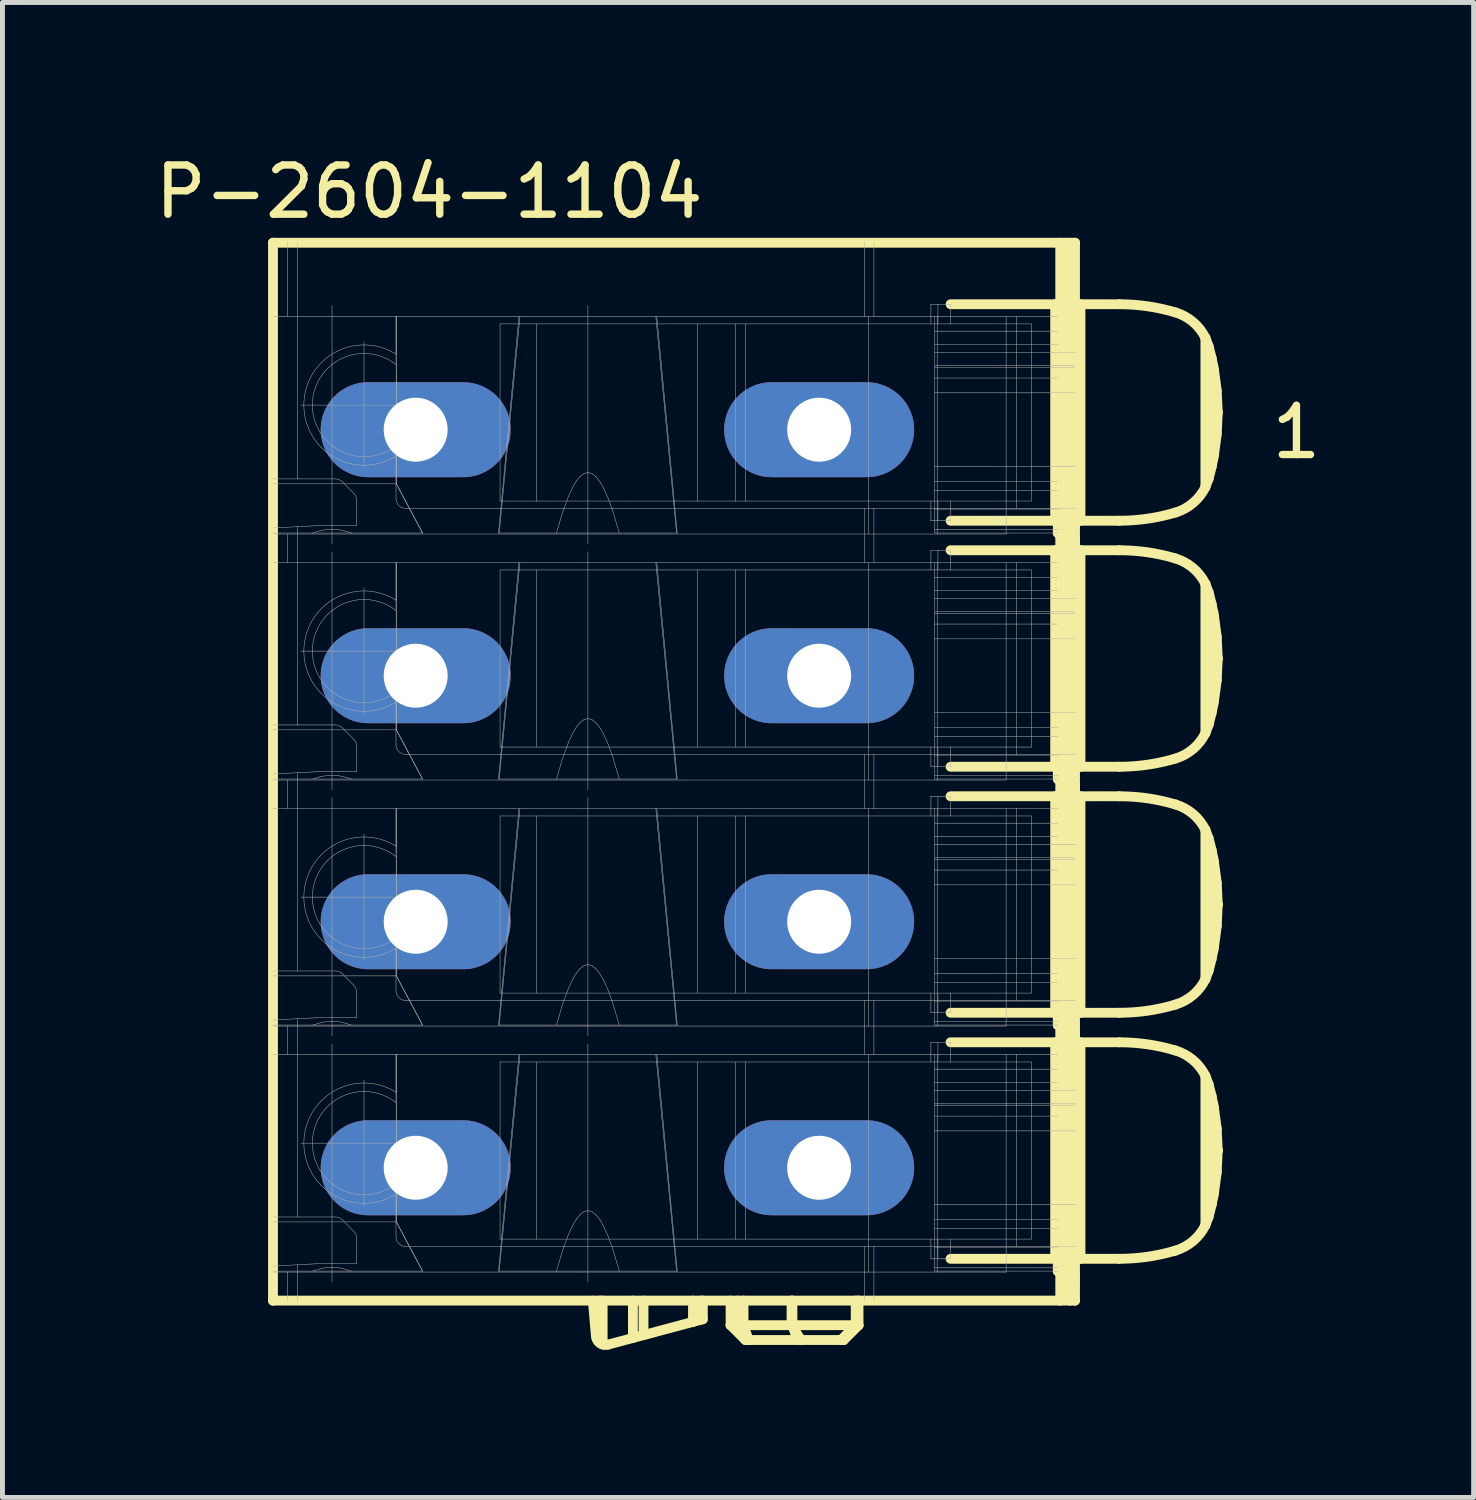
<source format=kicad_pcb>
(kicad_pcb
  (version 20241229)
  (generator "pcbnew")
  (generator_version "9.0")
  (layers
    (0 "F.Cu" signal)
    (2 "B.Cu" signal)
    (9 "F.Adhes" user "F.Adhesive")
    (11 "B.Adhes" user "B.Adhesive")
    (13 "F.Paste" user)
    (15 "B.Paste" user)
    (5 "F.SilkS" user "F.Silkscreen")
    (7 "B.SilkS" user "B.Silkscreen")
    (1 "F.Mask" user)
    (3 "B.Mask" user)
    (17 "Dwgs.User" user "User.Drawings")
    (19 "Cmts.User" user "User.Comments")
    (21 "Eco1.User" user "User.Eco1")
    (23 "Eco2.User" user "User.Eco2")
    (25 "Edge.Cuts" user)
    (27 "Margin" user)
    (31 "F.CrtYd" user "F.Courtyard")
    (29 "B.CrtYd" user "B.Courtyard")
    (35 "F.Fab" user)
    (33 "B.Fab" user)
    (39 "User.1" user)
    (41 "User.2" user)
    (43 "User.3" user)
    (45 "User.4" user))
  (footprint "P-2604-1104"
    (layer "F.Cu")
    (at 13.598 3.383)
    (property "Reference" "P-2604-1104" (at -7.925 -2.535 0) (layer "F.SilkS") (effects (font (size 1 1) (thickness 0.15))))
    (attr through_hole)
    (fp_line (start -11.1 20) (end -11.1 -1.5) (stroke (width 0.2) (type solid)) (layer "F.SilkS"))
    (fp_line (start -4.537 20.717) (end -4.6 20) (stroke (width 0.2) (type solid)) (layer "F.SilkS"))
    (fp_line (start -4.537 20.717) (end -4.522 20.778) (stroke (width 0.2) (type solid)) (layer "F.SilkS"))
    (fp_line (start -4.522 20.778) (end -4.491 20.829) (stroke (width 0.2) (type solid)) (layer "F.SilkS"))
    (fp_line (start -4.491 20.829) (end -4.436 20.874) (stroke (width 0.2) (type solid)) (layer "F.SilkS"))
    (fp_line (start -4.452 20.864) (end -4.452 20) (stroke (width 0.2) (type solid)) (layer "F.SilkS"))
    (fp_line (start -4.436 20.874) (end -4.4 20.89) (stroke (width 0.2) (type solid)) (layer "F.SilkS"))
    (fp_line (start -4.4 20.89) (end -4.4 20) (stroke (width 0.2) (type solid)) (layer "F.SilkS"))
    (fp_line (start -3.785 20.759) (end -3.785 20) (stroke (width 0.2) (type solid)) (layer "F.SilkS"))
    (fp_line (start -3.57 20.701) (end -3.57 20) (stroke (width 0.2) (type solid)) (layer "F.SilkS"))
    (fp_line (start -2.564 20.432) (end -4.286 20.893) (stroke (width 0.2) (type solid)) (layer "F.SilkS"))
    (fp_line (start -2.564 20.432) (end -2.564 20) (stroke (width 0.2) (type solid)) (layer "F.SilkS"))
    (fp_line (start -2.4 20.388) (end -2.4 20) (stroke (width 0.2) (type solid)) (layer "F.SilkS"))
    (fp_line (start -2.364 20.378) (end -2.564 20.432) (stroke (width 0.2) (type solid)) (layer "F.SilkS"))
    (fp_line (start -2.364 20.378) (end -2.364 20) (stroke (width 0.2) (type solid)) (layer "F.SilkS"))
    (fp_line (start -1.8 20) (end -1.8 20.5) (stroke (width 0.2) (type solid)) (layer "F.SilkS"))
    (fp_line (start -1.8 20.5) (end -1.5 20.8) (stroke (width 0.2) (type solid)) (layer "F.SilkS"))
    (fp_line (start -1.655 20.5) (end -1.8 20.5) (stroke (width 0.2) (type solid)) (layer "F.SilkS"))
    (fp_line (start -1.655 20.5) (end -1.655 20) (stroke (width 0.2) (type solid)) (layer "F.SilkS"))
    (fp_line (start -1.537 20.5) (end -1.537 20) (stroke (width 0.2) (type solid)) (layer "F.SilkS"))
    (fp_line (start -1.464 20.8) (end -1.655 20.5) (stroke (width 0.2) (type solid)) (layer "F.SilkS"))
    (fp_line (start -1.464 20.8) (end -1.5 20.8) (stroke (width 0.2) (type solid)) (layer "F.SilkS"))
    (fp_line (start -1.434 20.8) (end -1.537 20.5) (stroke (width 0.2) (type solid)) (layer "F.SilkS"))
    (fp_line (start -0.561 20.5) (end -1.655 20.5) (stroke (width 0.2) (type solid)) (layer "F.SilkS"))
    (fp_line (start -0.561 20.5) (end -0.561 20) (stroke (width 0.2) (type solid)) (layer "F.SilkS"))
    (fp_line (start -0.543 20.5) (end -0.543 20) (stroke (width 0.2) (type solid)) (layer "F.SilkS"))
    (fp_line (start -0.44 20.8) (end -0.543 20.5) (stroke (width 0.2) (type solid)) (layer "F.SilkS"))
    (fp_line (start -0.369 20.8) (end -1.464 20.8) (stroke (width 0.2) (type solid)) (layer "F.SilkS"))
    (fp_line (start -0.369 20.8) (end -0.561 20.5) (stroke (width 0.2) (type solid)) (layer "F.SilkS"))
    (fp_line (start 0.446 20.8) (end -0.369 20.8) (stroke (width 0.2) (type solid)) (layer "F.SilkS"))
    (fp_line (start 0.446 20.8) (end 0.743 20.5) (stroke (width 0.2) (type solid)) (layer "F.SilkS"))
    (fp_line (start 0.494 20.8) (end 0.446 20.8) (stroke (width 0.2) (type solid)) (layer "F.SilkS"))
    (fp_line (start 0.494 20.8) (end 0.792 20.5) (stroke (width 0.2) (type solid)) (layer "F.SilkS"))
    (fp_line (start 0.5 20.8) (end 0.494 20.8) (stroke (width 0.2) (type solid)) (layer "F.SilkS"))
    (fp_line (start 0.5 20.8) (end 0.8 20.5) (stroke (width 0.2) (type solid)) (layer "F.SilkS"))
    (fp_line (start 0.743 20.5) (end -0.561 20.5) (stroke (width 0.2) (type solid)) (layer "F.SilkS"))
    (fp_line (start 0.743 20.5) (end 0.743 20) (stroke (width 0.2) (type solid)) (layer "F.SilkS"))
    (fp_line (start 0.792 20.5) (end 0.743 20.5) (stroke (width 0.2) (type solid)) (layer "F.SilkS"))
    (fp_line (start 0.792 20.5) (end 0.792 20) (stroke (width 0.2) (type solid)) (layer "F.SilkS"))
    (fp_line (start 0.8 20.5) (end 0.792 20.5) (stroke (width 0.2) (type solid)) (layer "F.SilkS"))
    (fp_line (start 0.8 20.5) (end 0.8 20) (stroke (width 0.2) (type solid)) (layer "F.SilkS"))
    (fp_line (start 4.797 4.15) (end 4.797 -0.25) (stroke (width 0.2) (type solid)) (layer "F.SilkS"))
    (fp_line (start 4.797 9.15) (end 4.797 4.75) (stroke (width 0.2) (type solid)) (layer "F.SilkS"))
    (fp_line (start 4.797 14.15) (end 4.797 9.75) (stroke (width 0.2) (type solid)) (layer "F.SilkS"))
    (fp_line (start 4.797 19.15) (end 4.797 14.75) (stroke (width 0.2) (type solid)) (layer "F.SilkS"))
    (fp_line (start 4.85 0) (end 4.85 1.25) (stroke (width 0.2) (type solid)) (layer "F.SilkS"))
    (fp_line (start 4.85 1.25) (end 4.85 4.4) (stroke (width 0.2) (type solid)) (layer "F.SilkS"))
    (fp_line (start 4.85 5) (end 4.85 6.25) (stroke (width 0.2) (type solid)) (layer "F.SilkS"))
    (fp_line (start 4.85 6.25) (end 4.85 9.4) (stroke (width 0.2) (type solid)) (layer "F.SilkS"))
    (fp_line (start 4.85 10) (end 4.85 11.25) (stroke (width 0.2) (type solid)) (layer "F.SilkS"))
    (fp_line (start 4.85 11.25) (end 4.85 13.35) (stroke (width 0.2) (type solid)) (layer "F.SilkS"))
    (fp_line (start 4.85 13.35) (end 4.85 14.4) (stroke (width 0.2) (type solid)) (layer "F.SilkS"))
    (fp_line (start 4.85 15) (end 4.85 18.35) (stroke (width 0.2) (type solid)) (layer "F.SilkS"))
    (fp_line (start 4.85 18.35) (end 4.85 19.4) (stroke (width 0.2) (type solid)) (layer "F.SilkS"))
    (fp_line (start 4.9 20) (end 4.9 -1.5) (stroke (width 0.2) (type solid)) (layer "F.SilkS"))
    (fp_line (start 5.093 20) (end 5.093 -1.5) (stroke (width 0.2) (type solid)) (layer "F.SilkS"))
    (fp_line (start 5.2 -1.5) (end -11.1 -1.5) (stroke (width 0.2) (type solid)) (layer "F.SilkS"))
    (fp_line (start 5.2 -0.194) (end 4.85 0) (stroke (width 0.2) (type solid)) (layer "F.SilkS"))
    (fp_line (start 5.2 0.13) (end 4.85 0.298) (stroke (width 0.2) (type solid)) (layer "F.SilkS"))
    (fp_line (start 5.2 0.399) (end 4.85 0.567) (stroke (width 0.2) (type solid)) (layer "F.SilkS"))
    (fp_line (start 5.2 1.056) (end 4.85 1.25) (stroke (width 0.2) (type solid)) (layer "F.SilkS"))
    (fp_line (start 5.2 3.544) (end 4.85 3.35) (stroke (width 0.2) (type solid)) (layer "F.SilkS"))
    (fp_line (start 5.2 3.558) (end 4.85 3.536) (stroke (width 0.2) (type solid)) (layer "F.SilkS"))
    (fp_line (start 5.2 4.081) (end 4.85 3.913) (stroke (width 0.2) (type solid)) (layer "F.SilkS"))
    (fp_line (start 5.2 4.501) (end 4.85 4.333) (stroke (width 0.2) (type solid)) (layer "F.SilkS"))
    (fp_line (start 5.2 4.594) (end 4.85 4.4) (stroke (width 0.2) (type solid)) (layer "F.SilkS"))
    (fp_line (start 5.2 4.806) (end 4.85 5) (stroke (width 0.2) (type solid)) (layer "F.SilkS"))
    (fp_line (start 5.2 5.13) (end 4.85 5.298) (stroke (width 0.2) (type solid)) (layer "F.SilkS"))
    (fp_line (start 5.2 5.399) (end 4.85 5.567) (stroke (width 0.2) (type solid)) (layer "F.SilkS"))
    (fp_line (start 5.2 6.056) (end 4.85 6.25) (stroke (width 0.2) (type solid)) (layer "F.SilkS"))
    (fp_line (start 5.2 8.544) (end 4.85 8.35) (stroke (width 0.2) (type solid)) (layer "F.SilkS"))
    (fp_line (start 5.2 8.558) (end 4.85 8.536) (stroke (width 0.2) (type solid)) (layer "F.SilkS"))
    (fp_line (start 5.2 9.081) (end 4.85 8.913) (stroke (width 0.2) (type solid)) (layer "F.SilkS"))
    (fp_line (start 5.2 9.501) (end 4.85 9.333) (stroke (width 0.2) (type solid)) (layer "F.SilkS"))
    (fp_line (start 5.2 9.594) (end 4.85 9.4) (stroke (width 0.2) (type solid)) (layer "F.SilkS"))
    (fp_line (start 5.2 9.806) (end 4.85 10) (stroke (width 0.2) (type solid)) (layer "F.SilkS"))
    (fp_line (start 5.2 10.13) (end 4.85 10.297) (stroke (width 0.2) (type solid)) (layer "F.SilkS"))
    (fp_line (start 5.2 10.399) (end 4.85 10.567) (stroke (width 0.2) (type solid)) (layer "F.SilkS"))
    (fp_line (start 5.2 11.056) (end 4.85 11.25) (stroke (width 0.2) (type solid)) (layer "F.SilkS"))
    (fp_line (start 5.2 13.544) (end 4.85 13.35) (stroke (width 0.2) (type solid)) (layer "F.SilkS"))
    (fp_line (start 5.2 13.558) (end 4.85 13.536) (stroke (width 0.2) (type solid)) (layer "F.SilkS"))
    (fp_line (start 5.2 14.081) (end 4.85 13.913) (stroke (width 0.2) (type solid)) (layer "F.SilkS"))
    (fp_line (start 5.2 14.501) (end 4.85 14.333) (stroke (width 0.2) (type solid)) (layer "F.SilkS"))
    (fp_line (start 5.2 14.594) (end 4.85 14.4) (stroke (width 0.2) (type solid)) (layer "F.SilkS"))
    (fp_line (start 5.2 14.806) (end 4.85 15) (stroke (width 0.2) (type solid)) (layer "F.SilkS"))
    (fp_line (start 5.2 15.13) (end 4.85 15.297) (stroke (width 0.2) (type solid)) (layer "F.SilkS"))
    (fp_line (start 5.2 15.399) (end 4.85 15.567) (stroke (width 0.2) (type solid)) (layer "F.SilkS"))
    (fp_line (start 5.2 16.056) (end 4.85 16.25) (stroke (width 0.2) (type solid)) (layer "F.SilkS"))
    (fp_line (start 5.2 18.544) (end 4.85 18.35) (stroke (width 0.2) (type solid)) (layer "F.SilkS"))
    (fp_line (start 5.2 18.558) (end 4.85 18.536) (stroke (width 0.2) (type solid)) (layer "F.SilkS"))
    (fp_line (start 5.2 19.081) (end 4.85 18.913) (stroke (width 0.2) (type solid)) (layer "F.SilkS"))
    (fp_line (start 5.2 19.501) (end 4.85 19.333) (stroke (width 0.2) (type solid)) (layer "F.SilkS"))
    (fp_line (start 5.2 19.594) (end 4.85 19.4) (stroke (width 0.2) (type solid)) (layer "F.SilkS"))
    (fp_line (start 5.2 20) (end -11.1 20) (stroke (width 0.2) (type solid)) (layer "F.SilkS"))
    (fp_line (start 5.2 20) (end 5.2 -1.5) (stroke (width 0.2) (type solid)) (layer "F.SilkS"))
    (fp_line (start 5.311 4.15) (end 5.311 -0.25) (stroke (width 0.2) (type solid)) (layer "F.SilkS"))
    (fp_line (start 5.311 9.15) (end 5.311 4.75) (stroke (width 0.2) (type solid)) (layer "F.SilkS"))
    (fp_line (start 5.311 14.15) (end 5.311 9.75) (stroke (width 0.2) (type solid)) (layer "F.SilkS"))
    (fp_line (start 5.311 19.15) (end 5.311 14.75) (stroke (width 0.2) (type solid)) (layer "F.SilkS"))
    (fp_line (start 6.1 -0.25) (end 2.671 -0.25) (stroke (width 0.2) (type solid)) (layer "F.SilkS"))
    (fp_line (start 6.1 4.15) (end 2.671 4.15) (stroke (width 0.2) (type solid)) (layer "F.SilkS"))
    (fp_line (start 6.1 4.75) (end 2.671 4.75) (stroke (width 0.2) (type solid)) (layer "F.SilkS"))
    (fp_line (start 6.1 9.15) (end 2.671 9.15) (stroke (width 0.2) (type solid)) (layer "F.SilkS"))
    (fp_line (start 6.1 9.75) (end 2.671 9.75) (stroke (width 0.2) (type solid)) (layer "F.SilkS"))
    (fp_line (start 6.1 14.15) (end 2.671 14.15) (stroke (width 0.2) (type solid)) (layer "F.SilkS"))
    (fp_line (start 6.1 14.75) (end 2.671 14.75) (stroke (width 0.2) (type solid)) (layer "F.SilkS"))
    (fp_line (start 6.1 19.15) (end 2.671 19.15) (stroke (width 0.2) (type solid)) (layer "F.SilkS"))
    (fp_line (start 7.85 0.433) (end 7.916 0.605) (stroke (width 0.2) (type solid)) (layer "F.SilkS"))
    (fp_line (start 7.85 3.467) (end 7.85 0.433) (stroke (width 0.2) (type solid)) (layer "F.SilkS"))
    (fp_line (start 7.85 5.433) (end 7.916 5.605) (stroke (width 0.2) (type solid)) (layer "F.SilkS"))
    (fp_line (start 7.85 8.467) (end 7.85 5.433) (stroke (width 0.2) (type solid)) (layer "F.SilkS"))
    (fp_line (start 7.85 10.433) (end 7.916 10.605) (stroke (width 0.2) (type solid)) (layer "F.SilkS"))
    (fp_line (start 7.85 13.467) (end 7.85 10.433) (stroke (width 0.2) (type solid)) (layer "F.SilkS"))
    (fp_line (start 7.85 15.433) (end 7.916 15.605) (stroke (width 0.2) (type solid)) (layer "F.SilkS"))
    (fp_line (start 7.85 18.467) (end 7.85 15.433) (stroke (width 0.2) (type solid)) (layer "F.SilkS"))
    (fp_line (start 7.916 0.605) (end 7.977 0.846) (stroke (width 0.2) (type solid)) (layer "F.SilkS"))
    (fp_line (start 7.916 3.295) (end 7.85 3.467) (stroke (width 0.2) (type solid)) (layer "F.SilkS"))
    (fp_line (start 7.916 5.605) (end 7.977 5.846) (stroke (width 0.2) (type solid)) (layer "F.SilkS"))
    (fp_line (start 7.916 8.295) (end 7.85 8.467) (stroke (width 0.2) (type solid)) (layer "F.SilkS"))
    (fp_line (start 7.916 10.605) (end 7.977 10.846) (stroke (width 0.2) (type solid)) (layer "F.SilkS"))
    (fp_line (start 7.916 13.295) (end 7.85 13.467) (stroke (width 0.2) (type solid)) (layer "F.SilkS"))
    (fp_line (start 7.916 15.605) (end 7.977 15.846) (stroke (width 0.2) (type solid)) (layer "F.SilkS"))
    (fp_line (start 7.916 18.295) (end 7.85 18.467) (stroke (width 0.2) (type solid)) (layer "F.SilkS"))
    (fp_line (start 7.977 0.846) (end 8.025 1.09) (stroke (width 0.2) (type solid)) (layer "F.SilkS"))
    (fp_line (start 7.977 5.846) (end 8.025 6.09) (stroke (width 0.2) (type solid)) (layer "F.SilkS"))
    (fp_line (start 7.977 10.846) (end 8.025 11.09) (stroke (width 0.2) (type solid)) (layer "F.SilkS"))
    (fp_line (start 7.977 15.846) (end 8.025 16.09) (stroke (width 0.2) (type solid)) (layer "F.SilkS"))
    (fp_line (start 7.977 3.053) (end 7.916 3.295) (stroke (width 0.2) (type solid)) (layer "F.SilkS"))
    (fp_line (start 7.977 8.053) (end 7.916 8.295) (stroke (width 0.2) (type solid)) (layer "F.SilkS"))
    (fp_line (start 7.977 13.053) (end 7.916 13.295) (stroke (width 0.2) (type solid)) (layer "F.SilkS"))
    (fp_line (start 7.977 18.053) (end 7.916 18.295) (stroke (width 0.2) (type solid)) (layer "F.SilkS"))
    (fp_line (start 8.011 2.891) (end 8.011 1.009) (stroke (width 0.2) (type solid)) (layer "F.SilkS"))
    (fp_line (start 8.011 7.891) (end 8.011 6.009) (stroke (width 0.2) (type solid)) (layer "F.SilkS"))
    (fp_line (start 8.011 12.891) (end 8.011 11.009) (stroke (width 0.2) (type solid)) (layer "F.SilkS"))
    (fp_line (start 8.011 17.891) (end 8.011 16.009) (stroke (width 0.2) (type solid)) (layer "F.SilkS"))
    (fp_line (start 8.025 1.09) (end 8.081 1.511) (stroke (width 0.2) (type solid)) (layer "F.SilkS"))
    (fp_line (start 8.025 2.81) (end 7.977 3.053) (stroke (width 0.2) (type solid)) (layer "F.SilkS"))
    (fp_line (start 8.025 6.09) (end 8.081 6.511) (stroke (width 0.2) (type solid)) (layer "F.SilkS"))
    (fp_line (start 8.025 7.81) (end 7.977 8.053) (stroke (width 0.2) (type solid)) (layer "F.SilkS"))
    (fp_line (start 8.025 11.09) (end 8.081 11.511) (stroke (width 0.2) (type solid)) (layer "F.SilkS"))
    (fp_line (start 8.025 12.81) (end 7.977 13.053) (stroke (width 0.2) (type solid)) (layer "F.SilkS"))
    (fp_line (start 8.025 16.09) (end 8.081 16.511) (stroke (width 0.2) (type solid)) (layer "F.SilkS"))
    (fp_line (start 8.025 17.81) (end 7.977 18.053) (stroke (width 0.2) (type solid)) (layer "F.SilkS"))
    (fp_line (start 8.081 1.511) (end 8.1 1.936) (stroke (width 0.2) (type solid)) (layer "F.SilkS"))
    (fp_line (start 8.081 6.511) (end 8.1 6.936) (stroke (width 0.2) (type solid)) (layer "F.SilkS"))
    (fp_line (start 8.081 11.511) (end 8.1 11.936) (stroke (width 0.2) (type solid)) (layer "F.SilkS"))
    (fp_line (start 8.081 16.511) (end 8.1 16.936) (stroke (width 0.2) (type solid)) (layer "F.SilkS"))
    (fp_line (start 8.081 2.386) (end 8.025 2.81) (stroke (width 0.2) (type solid)) (layer "F.SilkS"))
    (fp_line (start 8.081 7.386) (end 8.025 7.81) (stroke (width 0.2) (type solid)) (layer "F.SilkS"))
    (fp_line (start 8.081 12.386) (end 8.025 12.81) (stroke (width 0.2) (type solid)) (layer "F.SilkS"))
    (fp_line (start 8.081 17.386) (end 8.025 17.81) (stroke (width 0.2) (type solid)) (layer "F.SilkS"))
    (fp_line (start 8.1 1.936) (end 8.1 1.95) (stroke (width 0.2) (type solid)) (layer "F.SilkS"))
    (fp_line (start 8.1 1.964) (end 8.081 2.386) (stroke (width 0.2) (type solid)) (layer "F.SilkS"))
    (fp_line (start 8.1 6.936) (end 8.1 6.95) (stroke (width 0.2) (type solid)) (layer "F.SilkS"))
    (fp_line (start 8.1 6.964) (end 8.081 7.386) (stroke (width 0.2) (type solid)) (layer "F.SilkS"))
    (fp_line (start 8.1 11.936) (end 8.1 11.95) (stroke (width 0.2) (type solid)) (layer "F.SilkS"))
    (fp_line (start 8.1 11.964) (end 8.081 12.386) (stroke (width 0.2) (type solid)) (layer "F.SilkS"))
    (fp_line (start 8.1 16.936) (end 8.1 16.95) (stroke (width 0.2) (type solid)) (layer "F.SilkS"))
    (fp_line (start 8.1 16.964) (end 8.081 17.386) (stroke (width 0.2) (type solid)) (layer "F.SilkS"))
    (fp_line (start 8.1 1.95) (end 8.1 1.964) (stroke (width 0.2) (type solid)) (layer "F.SilkS"))
    (fp_line (start 8.1 6.95) (end 8.1 6.964) (stroke (width 0.2) (type solid)) (layer "F.SilkS"))
    (fp_line (start 8.1 11.95) (end 8.1 11.964) (stroke (width 0.2) (type solid)) (layer "F.SilkS"))
    (fp_line (start 8.1 16.95) (end 8.1 16.964) (stroke (width 0.2) (type solid)) (layer "F.SilkS"))
    (fp_arc (start -4.28623 20.8932) (mid -4.34334 20.899913) (end -4.4 20.8901) (stroke (width 0.2) (type solid)) (layer "F.SilkS"))
    (fp_arc (start 6.1 -0.249997) (mid 6.674259 -0.20856) (end 7.23662 -0.085109) (stroke (width 0.2) (type solid)) (layer "F.SilkS"))
    (fp_arc (start 6.1 4.75) (mid 6.674259 4.791438) (end 7.23662 4.91489) (stroke (width 0.2) (type solid)) (layer "F.SilkS"))
    (fp_arc (start 6.1 9.75) (mid 6.674259 9.791438) (end 7.23662 9.91489) (stroke (width 0.2) (type solid)) (layer "F.SilkS"))
    (fp_arc (start 6.1 14.75) (mid 6.674259 14.791443) (end 7.23662 14.9149) (stroke (width 0.2) (type solid)) (layer "F.SilkS"))
    (fp_arc (start 7.23662 -0.085116) (mid 7.597551 0.109553) (end 7.85 0.432719) (stroke (width 0.2) (type solid)) (layer "F.SilkS"))
    (fp_arc (start 7.23662 3.98511) (mid 6.674259 4.108562) (end 6.1 4.15) (stroke (width 0.2) (type solid)) (layer "F.SilkS"))
    (fp_arc (start 7.23662 4.91488) (mid 7.597551 5.109551) (end 7.85 5.43272) (stroke (width 0.2) (type solid)) (layer "F.SilkS"))
    (fp_arc (start 7.23662 8.98511) (mid 6.674259 9.108562) (end 6.1 9.15) (stroke (width 0.2) (type solid)) (layer "F.SilkS"))
    (fp_arc (start 7.23662 9.91488) (mid 7.597549 10.109541) (end 7.85 10.4327) (stroke (width 0.2) (type solid)) (layer "F.SilkS"))
    (fp_arc (start 7.23662 13.9851) (mid 6.674259 14.108557) (end 6.1 14.15) (stroke (width 0.2) (type solid)) (layer "F.SilkS"))
    (fp_arc (start 7.23662 14.9149) (mid 7.597547 15.109551) (end 7.85 15.4327) (stroke (width 0.2) (type solid)) (layer "F.SilkS"))
    (fp_arc (start 7.23662 18.9851) (mid 6.674259 19.108557) (end 6.1 19.15) (stroke (width 0.2) (type solid)) (layer "F.SilkS"))
    (fp_arc (start 7.84999 3.46728) (mid 7.597545 3.790443) (end 7.23662 3.98511) (stroke (width 0.2) (type solid)) (layer "F.SilkS"))
    (fp_arc (start 7.84999 8.46728) (mid 7.597545 8.790443) (end 7.23662 8.98511) (stroke (width 0.2) (type solid)) (layer "F.SilkS"))
    (fp_arc (start 7.84999 13.4673) (mid 7.597542 13.790448) (end 7.23662 13.9851) (stroke (width 0.2) (type solid)) (layer "F.SilkS"))
    (fp_arc (start 7.84999 18.4673) (mid 7.597542 18.790448) (end 7.23662 18.9851) (stroke (width 0.2) (type solid)) (layer "F.SilkS"))
    (fp_line (start -11.1 3.4) (end -8.59 3.4) (stroke (width 0.01) (type solid)) (layer "F.Fab"))
    (fp_line (start -11.1 4.4) (end -10.29 4.4) (stroke (width 0.01) (type solid)) (layer "F.Fab"))
    (fp_line (start -11.1 8.4) (end -8.59 8.4) (stroke (width 0.01) (type solid)) (layer "F.Fab"))
    (fp_line (start -11.1 13.4) (end -8.59 13.4) (stroke (width 0.01) (type solid)) (layer "F.Fab"))
    (fp_line (start -11.1 18.4) (end -8.59 18.4) (stroke (width 0.01) (type solid)) (layer "F.Fab"))
    (fp_line (start -10.8 0) (end -10.8 -1.5) (stroke (width 0.01) (type solid)) (layer "F.Fab"))
    (fp_line (start -10.8 5) (end -10.8 4.42) (stroke (width 0.01) (type solid)) (layer "F.Fab"))
    (fp_line (start -10.8 10) (end -10.8 9.42) (stroke (width 0.01) (type solid)) (layer "F.Fab"))
    (fp_line (start -10.8 15) (end -10.8 14.42) (stroke (width 0.01) (type solid)) (layer "F.Fab"))
    (fp_line (start -10.8 20) (end -10.8 19.42) (stroke (width 0.01) (type solid)) (layer "F.Fab"))
    (fp_line (start -10.6 3.3) (end -11.1 3.3) (stroke (width 0.01) (type solid)) (layer "F.Fab"))
    (fp_line (start -10.6 3.3) (end -10.6 -1.5) (stroke (width 0.01) (type solid)) (layer "F.Fab"))
    (fp_line (start -10.6 8.3) (end -11.1 8.3) (stroke (width 0.01) (type solid)) (layer "F.Fab"))
    (fp_line (start -10.6 8.3) (end -10.6 4.271) (stroke (width 0.01) (type solid)) (layer "F.Fab"))
    (fp_line (start -10.6 13.3) (end -11.1 13.3) (stroke (width 0.01) (type solid)) (layer "F.Fab"))
    (fp_line (start -10.6 13.3) (end -10.6 9.271) (stroke (width 0.01) (type solid)) (layer "F.Fab"))
    (fp_line (start -10.6 18.3) (end -11.1 18.3) (stroke (width 0.01) (type solid)) (layer "F.Fab"))
    (fp_line (start -10.6 18.3) (end -10.6 14.271) (stroke (width 0.01) (type solid)) (layer "F.Fab"))
    (fp_line (start -10.6 20) (end -10.6 19.271) (stroke (width 0.01) (type solid)) (layer "F.Fab"))
    (fp_line (start -10.534 1.8) (end -8.6 1.8) (stroke (width 0.01) (type solid)) (layer "F.Fab"))
    (fp_line (start -10.534 6.8) (end -8.6 6.8) (stroke (width 0.01) (type solid)) (layer "F.Fab"))
    (fp_line (start -10.534 11.8) (end -8.6 11.8) (stroke (width 0.01) (type solid)) (layer "F.Fab"))
    (fp_line (start -10.534 16.8) (end -8.6 16.8) (stroke (width 0.01) (type solid)) (layer "F.Fab"))
    (fp_line (start -10.29 4.4) (end -10.127 4.348) (stroke (width 0.01) (type solid)) (layer "F.Fab"))
    (fp_line (start -10.29 4.4) (end -9.51 4.4) (stroke (width 0.01) (type solid)) (layer "F.Fab"))
    (fp_line (start -10.29 9.4) (end -10.127 9.348) (stroke (width 0.01) (type solid)) (layer "F.Fab"))
    (fp_line (start -10.29 14.4) (end -10.127 14.348) (stroke (width 0.01) (type solid)) (layer "F.Fab"))
    (fp_line (start -10.29 19.4) (end -10.069 19.336) (stroke (width 0.01) (type solid)) (layer "F.Fab"))
    (fp_line (start -10.2 4.25) (end -11.1 4.297) (stroke (width 0.01) (type solid)) (layer "F.Fab"))
    (fp_line (start -10.2 4.25) (end -9.4 4.25) (stroke (width 0.01) (type solid)) (layer "F.Fab"))
    (fp_line (start -10.2 9.25) (end -11.1 9.297) (stroke (width 0.01) (type solid)) (layer "F.Fab"))
    (fp_line (start -10.2 9.25) (end -9.4 9.25) (stroke (width 0.01) (type solid)) (layer "F.Fab"))
    (fp_line (start -10.2 14.25) (end -11.1 14.297) (stroke (width 0.01) (type solid)) (layer "F.Fab"))
    (fp_line (start -10.2 14.25) (end -9.4 14.25) (stroke (width 0.01) (type solid)) (layer "F.Fab"))
    (fp_line (start -10.2 19.25) (end -11.1 19.297) (stroke (width 0.01) (type solid)) (layer "F.Fab"))
    (fp_line (start -10.2 19.25) (end -9.4 19.25) (stroke (width 0.01) (type solid)) (layer "F.Fab"))
    (fp_line (start -10.127 4.348) (end -9.954 4.323) (stroke (width 0.01) (type solid)) (layer "F.Fab"))
    (fp_line (start -10.127 9.348) (end -9.954 9.323) (stroke (width 0.01) (type solid)) (layer "F.Fab"))
    (fp_line (start -10.127 14.348) (end -9.954 14.323) (stroke (width 0.01) (type solid)) (layer "F.Fab"))
    (fp_line (start -10.069 19.336) (end -9.895 19.322) (stroke (width 0.01) (type solid)) (layer "F.Fab"))
    (fp_line (start -9.954 4.323) (end -9.782 4.329) (stroke (width 0.01) (type solid)) (layer "F.Fab"))
    (fp_line (start -9.954 9.323) (end -9.782 9.329) (stroke (width 0.01) (type solid)) (layer "F.Fab"))
    (fp_line (start -9.954 14.323) (end -9.782 14.329) (stroke (width 0.01) (type solid)) (layer "F.Fab"))
    (fp_line (start -9.9 4.62) (end -9.9 -0.22) (stroke (width 0.01) (type solid)) (layer "F.Fab"))
    (fp_line (start -9.9 9.62) (end -9.9 4.78) (stroke (width 0.01) (type solid)) (layer "F.Fab"))
    (fp_line (start -9.9 14.62) (end -9.9 9.78) (stroke (width 0.01) (type solid)) (layer "F.Fab"))
    (fp_line (start -9.9 19.62) (end -9.9 14.78) (stroke (width 0.01) (type solid)) (layer "F.Fab"))
    (fp_line (start -9.895 19.322) (end -9.715 19.339) (stroke (width 0.01) (type solid)) (layer "F.Fab"))
    (fp_line (start -9.833 3.3) (end -10.6 3.3) (stroke (width 0.01) (type solid)) (layer "F.Fab"))
    (fp_line (start -9.833 8.3) (end -10.6 8.3) (stroke (width 0.01) (type solid)) (layer "F.Fab"))
    (fp_line (start -9.833 13.3) (end -10.6 13.3) (stroke (width 0.01) (type solid)) (layer "F.Fab"))
    (fp_line (start -9.833 18.3) (end -10.6 18.3) (stroke (width 0.01) (type solid)) (layer "F.Fab"))
    (fp_line (start -9.782 4.329) (end -9.608 4.366) (stroke (width 0.01) (type solid)) (layer "F.Fab"))
    (fp_line (start -9.782 9.329) (end -9.608 9.366) (stroke (width 0.01) (type solid)) (layer "F.Fab"))
    (fp_line (start -9.782 14.329) (end -9.608 14.366) (stroke (width 0.01) (type solid)) (layer "F.Fab"))
    (fp_line (start -9.715 19.339) (end -9.51 19.4) (stroke (width 0.01) (type solid)) (layer "F.Fab"))
    (fp_line (start -9.608 4.366) (end -9.51 4.4) (stroke (width 0.01) (type solid)) (layer "F.Fab"))
    (fp_line (start -9.608 9.366) (end -9.51 9.4) (stroke (width 0.01) (type solid)) (layer "F.Fab"))
    (fp_line (start -9.608 14.366) (end -9.51 14.4) (stroke (width 0.01) (type solid)) (layer "F.Fab"))
    (fp_line (start -9.51 4.4) (end -8.063 4.4) (stroke (width 0.01) (type solid)) (layer "F.Fab"))
    (fp_line (start -9.459 3.591) (end -9.691 3.359) (stroke (width 0.01) (type solid)) (layer "F.Fab"))
    (fp_line (start -9.459 8.591) (end -9.691 8.359) (stroke (width 0.01) (type solid)) (layer "F.Fab"))
    (fp_line (start -9.459 13.591) (end -9.691 13.359) (stroke (width 0.01) (type solid)) (layer "F.Fab"))
    (fp_line (start -9.459 18.591) (end -9.691 18.359) (stroke (width 0.01) (type solid)) (layer "F.Fab"))
    (fp_line (start -9.4 4.25) (end -9.4 3.733) (stroke (width 0.01) (type solid)) (layer "F.Fab"))
    (fp_line (start -9.4 9.25) (end -9.4 8.733) (stroke (width 0.01) (type solid)) (layer "F.Fab"))
    (fp_line (start -9.4 14.25) (end -9.4 13.733) (stroke (width 0.01) (type solid)) (layer "F.Fab"))
    (fp_line (start -9.4 19.25) (end -9.4 18.733) (stroke (width 0.01) (type solid)) (layer "F.Fab"))
    (fp_line (start -9.25 3.084) (end -9.25 0.516) (stroke (width 0.01) (type solid)) (layer "F.Fab"))
    (fp_line (start -9.25 8.084) (end -9.25 5.516) (stroke (width 0.01) (type solid)) (layer "F.Fab"))
    (fp_line (start -9.25 13.084) (end -9.25 10.516) (stroke (width 0.01) (type solid)) (layer "F.Fab"))
    (fp_line (start -9.25 18.084) (end -9.25 15.516) (stroke (width 0.01) (type solid)) (layer "F.Fab"))
    (fp_line (start -8.6 0) (end -11.1 0) (stroke (width 0.01) (type solid)) (layer "F.Fab"))
    (fp_line (start -8.6 0) (end -8.6 0.764) (stroke (width 0.01) (type solid)) (layer "F.Fab"))
    (fp_line (start -8.6 0.764) (end -8.6 0.975) (stroke (width 0.01) (type solid)) (layer "F.Fab"))
    (fp_line (start -8.6 1.8) (end -8.596 1.8) (stroke (width 0.01) (type solid)) (layer "F.Fab"))
    (fp_line (start -8.6 2.617) (end -8.6 1.8) (stroke (width 0.01) (type solid)) (layer "F.Fab"))
    (fp_line (start -8.6 2.625) (end -8.6 2.836) (stroke (width 0.01) (type solid)) (layer "F.Fab"))
    (fp_line (start -8.6 2.836) (end -8.6 3.7) (stroke (width 0.01) (type solid)) (layer "F.Fab"))
    (fp_line (start -8.6 5) (end -11.1 5) (stroke (width 0.01) (type solid)) (layer "F.Fab"))
    (fp_line (start -8.6 5) (end -8.6 5.764) (stroke (width 0.01) (type solid)) (layer "F.Fab"))
    (fp_line (start -8.6 5.764) (end -8.6 5.975) (stroke (width 0.01) (type solid)) (layer "F.Fab"))
    (fp_line (start -8.6 7.617) (end -8.6 6.8) (stroke (width 0.01) (type solid)) (layer "F.Fab"))
    (fp_line (start -8.6 7.625) (end -8.6 7.836) (stroke (width 0.01) (type solid)) (layer "F.Fab"))
    (fp_line (start -8.6 7.836) (end -8.6 8.7) (stroke (width 0.01) (type solid)) (layer "F.Fab"))
    (fp_line (start -8.6 10) (end -11.1 10) (stroke (width 0.01) (type solid)) (layer "F.Fab"))
    (fp_line (start -8.6 10) (end -8.6 10.764) (stroke (width 0.01) (type solid)) (layer "F.Fab"))
    (fp_line (start -8.6 10.764) (end -8.6 10.975) (stroke (width 0.01) (type solid)) (layer "F.Fab"))
    (fp_line (start -8.6 12.617) (end -8.6 11.8) (stroke (width 0.01) (type solid)) (layer "F.Fab"))
    (fp_line (start -8.6 12.625) (end -8.6 12.836) (stroke (width 0.01) (type solid)) (layer "F.Fab"))
    (fp_line (start -8.6 12.836) (end -8.6 13.7) (stroke (width 0.01) (type solid)) (layer "F.Fab"))
    (fp_line (start -8.6 15) (end -11.1 15) (stroke (width 0.01) (type solid)) (layer "F.Fab"))
    (fp_line (start -8.6 15) (end -8.6 15.764) (stroke (width 0.01) (type solid)) (layer "F.Fab"))
    (fp_line (start -8.6 15.764) (end -8.6 15.975) (stroke (width 0.01) (type solid)) (layer "F.Fab"))
    (fp_line (start -8.6 16.8) (end -8.59 16.8) (stroke (width 0.01) (type solid)) (layer "F.Fab"))
    (fp_line (start -8.6 17.617) (end -8.6 16.8) (stroke (width 0.01) (type solid)) (layer "F.Fab"))
    (fp_line (start -8.6 17.625) (end -8.6 17.836) (stroke (width 0.01) (type solid)) (layer "F.Fab"))
    (fp_line (start -8.6 17.836) (end -8.6 18.7) (stroke (width 0.01) (type solid)) (layer "F.Fab"))
    (fp_line (start -8.596 0.757) (end -8.596 0) (stroke (width 0.01) (type solid)) (layer "F.Fab"))
    (fp_line (start -8.596 1.8) (end -8.596 0.982) (stroke (width 0.01) (type solid)) (layer "F.Fab"))
    (fp_line (start -8.596 1.8) (end -8.59 1.8) (stroke (width 0.01) (type solid)) (layer "F.Fab"))
    (fp_line (start -8.596 2.8) (end -7.8 2.8) (stroke (width 0.01) (type solid)) (layer "F.Fab"))
    (fp_line (start -8.596 3.4) (end -8.596 2.843) (stroke (width 0.01) (type solid)) (layer "F.Fab"))
    (fp_line (start -8.596 5.757) (end -8.596 5) (stroke (width 0.01) (type solid)) (layer "F.Fab"))
    (fp_line (start -8.596 6.8) (end -8.6 6.8) (stroke (width 0.01) (type solid)) (layer "F.Fab"))
    (fp_line (start -8.596 6.8) (end -8.596 5.982) (stroke (width 0.01) (type solid)) (layer "F.Fab"))
    (fp_line (start -8.596 7.8) (end -8.59 7.8) (stroke (width 0.01) (type solid)) (layer "F.Fab"))
    (fp_line (start -8.596 8.4) (end -8.596 7.843) (stroke (width 0.01) (type solid)) (layer "F.Fab"))
    (fp_line (start -8.596 10.757) (end -8.596 10) (stroke (width 0.01) (type solid)) (layer "F.Fab"))
    (fp_line (start -8.596 11.8) (end -8.6 11.8) (stroke (width 0.01) (type solid)) (layer "F.Fab"))
    (fp_line (start -8.596 11.8) (end -8.596 10.982) (stroke (width 0.01) (type solid)) (layer "F.Fab"))
    (fp_line (start -8.596 12.8) (end -8.59 12.8) (stroke (width 0.01) (type solid)) (layer "F.Fab"))
    (fp_line (start -8.596 13.4) (end -8.596 12.843) (stroke (width 0.01) (type solid)) (layer "F.Fab"))
    (fp_line (start -8.596 15.757) (end -8.596 15) (stroke (width 0.01) (type solid)) (layer "F.Fab"))
    (fp_line (start -8.596 16.8) (end -8.596 15.982) (stroke (width 0.01) (type solid)) (layer "F.Fab"))
    (fp_line (start -8.596 17.8) (end -7.8 17.8) (stroke (width 0.01) (type solid)) (layer "F.Fab"))
    (fp_line (start -8.596 18.4) (end -8.596 17.843) (stroke (width 0.01) (type solid)) (layer "F.Fab"))
    (fp_line (start -8.59 1.8) (end -8.59 0) (stroke (width 0.01) (type solid)) (layer "F.Fab"))
    (fp_line (start -8.59 1.8) (end -7.8 1.8) (stroke (width 0.01) (type solid)) (layer "F.Fab"))
    (fp_line (start -8.59 3.4) (end -8.59 2.8) (stroke (width 0.01) (type solid)) (layer "F.Fab"))
    (fp_line (start -8.59 6.8) (end -8.596 6.8) (stroke (width 0.01) (type solid)) (layer "F.Fab"))
    (fp_line (start -8.59 6.8) (end -8.59 5) (stroke (width 0.01) (type solid)) (layer "F.Fab"))
    (fp_line (start -8.59 7.8) (end -7.8 7.8) (stroke (width 0.01) (type solid)) (layer "F.Fab"))
    (fp_line (start -8.59 8.4) (end -8.59 7.8) (stroke (width 0.01) (type solid)) (layer "F.Fab"))
    (fp_line (start -8.59 11.8) (end -8.596 11.8) (stroke (width 0.01) (type solid)) (layer "F.Fab"))
    (fp_line (start -8.59 11.8) (end -8.59 10) (stroke (width 0.01) (type solid)) (layer "F.Fab"))
    (fp_line (start -8.59 12.8) (end -7.8 12.8) (stroke (width 0.01) (type solid)) (layer "F.Fab"))
    (fp_line (start -8.59 13.4) (end -8.59 12.8) (stroke (width 0.01) (type solid)) (layer "F.Fab"))
    (fp_line (start -8.59 16.8) (end -8.59 15) (stroke (width 0.01) (type solid)) (layer "F.Fab"))
    (fp_line (start -8.59 16.8) (end -7.8 16.8) (stroke (width 0.01) (type solid)) (layer "F.Fab"))
    (fp_line (start -8.59 18.4) (end -8.59 17.8) (stroke (width 0.01) (type solid)) (layer "F.Fab"))
    (fp_line (start -8.4 3.9) (end 0.92 3.9) (stroke (width 0.01) (type solid)) (layer "F.Fab"))
    (fp_line (start -8.4 8.9) (end 0.92 8.9) (stroke (width 0.01) (type solid)) (layer "F.Fab"))
    (fp_line (start -8.4 13.9) (end 0.92 13.9) (stroke (width 0.01) (type solid)) (layer "F.Fab"))
    (fp_line (start -8.4 18.9) (end 0.92 18.9) (stroke (width 0.01) (type solid)) (layer "F.Fab"))
    (fp_line (start -8.063 4.4) (end -8.596 3.4) (stroke (width 0.01) (type solid)) (layer "F.Fab"))
    (fp_line (start -8.063 4.4) (end -8.058 4.4) (stroke (width 0.01) (type solid)) (layer "F.Fab"))
    (fp_line (start -8.063 9.4) (end -8.596 8.4) (stroke (width 0.01) (type solid)) (layer "F.Fab"))
    (fp_line (start -8.063 14.4) (end -8.596 13.4) (stroke (width 0.01) (type solid)) (layer "F.Fab"))
    (fp_line (start -8.063 19.4) (end -8.596 18.4) (stroke (width 0.01) (type solid)) (layer "F.Fab"))
    (fp_line (start -8.058 4.4) (end -8.59 3.4) (stroke (width 0.01) (type solid)) (layer "F.Fab"))
    (fp_line (start -8.058 9.4) (end -11.1 9.4) (stroke (width 0.01) (type solid)) (layer "F.Fab"))
    (fp_line (start -8.058 9.4) (end -8.59 8.4) (stroke (width 0.01) (type solid)) (layer "F.Fab"))
    (fp_line (start -8.058 14.4) (end -11.1 14.4) (stroke (width 0.01) (type solid)) (layer "F.Fab"))
    (fp_line (start -8.058 14.4) (end -8.59 13.4) (stroke (width 0.01) (type solid)) (layer "F.Fab"))
    (fp_line (start -8.058 19.4) (end -11.1 19.4) (stroke (width 0.01) (type solid)) (layer "F.Fab"))
    (fp_line (start -8.058 19.4) (end -8.59 18.4) (stroke (width 0.01) (type solid)) (layer "F.Fab"))
    (fp_line (start -7.8 2.8) (end -7.8 1.8) (stroke (width 0.01) (type solid)) (layer "F.Fab"))
    (fp_line (start -7.8 6.8) (end -8.59 6.8) (stroke (width 0.01) (type solid)) (layer "F.Fab"))
    (fp_line (start -7.8 7.8) (end -7.8 6.8) (stroke (width 0.01) (type solid)) (layer "F.Fab"))
    (fp_line (start -7.8 11.8) (end -8.59 11.8) (stroke (width 0.01) (type solid)) (layer "F.Fab"))
    (fp_line (start -7.8 12.8) (end -7.8 11.8) (stroke (width 0.01) (type solid)) (layer "F.Fab"))
    (fp_line (start -7.8 17.8) (end -7.8 16.8) (stroke (width 0.01) (type solid)) (layer "F.Fab"))
    (fp_line (start -6.485 3.75) (end -6.485 0.15) (stroke (width 0.01) (type solid)) (layer "F.Fab"))
    (fp_line (start -6.485 8.75) (end -6.485 5.15) (stroke (width 0.01) (type solid)) (layer "F.Fab"))
    (fp_line (start -6.485 13.75) (end -6.485 10.15) (stroke (width 0.01) (type solid)) (layer "F.Fab"))
    (fp_line (start -6.485 18.75) (end -6.485 15.15) (stroke (width 0.01) (type solid)) (layer "F.Fab"))
    (fp_line (start -6.1 0) (end -6.516 4.4) (stroke (width 0.01) (type solid)) (layer "F.Fab"))
    (fp_line (start -6.1 5) (end -6.516 9.4) (stroke (width 0.01) (type solid)) (layer "F.Fab"))
    (fp_line (start -6.1 10) (end -6.516 14.4) (stroke (width 0.01) (type solid)) (layer "F.Fab"))
    (fp_line (start -6.1 15) (end -6.516 19.4) (stroke (width 0.01) (type solid)) (layer "F.Fab"))
    (fp_line (start -6.081 0) (end -6.502 4.4) (stroke (width 0.01) (type solid)) (layer "F.Fab"))
    (fp_line (start -6.081 5) (end -6.502 9.4) (stroke (width 0.01) (type solid)) (layer "F.Fab"))
    (fp_line (start -6.081 10) (end -6.502 14.4) (stroke (width 0.01) (type solid)) (layer "F.Fab"))
    (fp_line (start -6.081 15) (end -6.502 19.4) (stroke (width 0.01) (type solid)) (layer "F.Fab"))
    (fp_line (start -5.743 3.75) (end -5.743 0.15) (stroke (width 0.01) (type solid)) (layer "F.Fab"))
    (fp_line (start -5.743 8.75) (end -5.743 5.15) (stroke (width 0.01) (type solid)) (layer "F.Fab"))
    (fp_line (start -5.743 13.75) (end -5.743 10.15) (stroke (width 0.01) (type solid)) (layer "F.Fab"))
    (fp_line (start -5.743 18.75) (end -5.743 15.15) (stroke (width 0.01) (type solid)) (layer "F.Fab"))
    (fp_line (start -5.338 4.4) (end -5.219 3.992) (stroke (width 0.01) (type solid)) (layer "F.Fab"))
    (fp_line (start -5.338 9.4) (end -5.219 8.992) (stroke (width 0.01) (type solid)) (layer "F.Fab"))
    (fp_line (start -5.338 14.4) (end -5.219 13.992) (stroke (width 0.01) (type solid)) (layer "F.Fab"))
    (fp_line (start -5.338 19.4) (end -5.219 18.992) (stroke (width 0.01) (type solid)) (layer "F.Fab"))
    (fp_line (start -5.219 3.992) (end -5.098 3.661) (stroke (width 0.01) (type solid)) (layer "F.Fab"))
    (fp_line (start -5.219 8.992) (end -5.098 8.661) (stroke (width 0.01) (type solid)) (layer "F.Fab"))
    (fp_line (start -5.219 13.992) (end -5.098 13.661) (stroke (width 0.01) (type solid)) (layer "F.Fab"))
    (fp_line (start -5.219 18.992) (end -5.098 18.661) (stroke (width 0.01) (type solid)) (layer "F.Fab"))
    (fp_line (start -5.098 3.661) (end -4.998 3.448) (stroke (width 0.01) (type solid)) (layer "F.Fab"))
    (fp_line (start -5.098 8.661) (end -4.998 8.448) (stroke (width 0.01) (type solid)) (layer "F.Fab"))
    (fp_line (start -5.098 13.661) (end -4.998 13.448) (stroke (width 0.01) (type solid)) (layer "F.Fab"))
    (fp_line (start -5.098 18.661) (end -4.998 18.448) (stroke (width 0.01) (type solid)) (layer "F.Fab"))
    (fp_line (start -4.998 3.448) (end -4.937 3.348) (stroke (width 0.01) (type solid)) (layer "F.Fab"))
    (fp_line (start -4.998 8.448) (end -4.937 8.348) (stroke (width 0.01) (type solid)) (layer "F.Fab"))
    (fp_line (start -4.998 13.448) (end -4.937 13.348) (stroke (width 0.01) (type solid)) (layer "F.Fab"))
    (fp_line (start -4.998 18.448) (end -4.937 18.348) (stroke (width 0.01) (type solid)) (layer "F.Fab"))
    (fp_line (start -4.937 3.348) (end -4.862 3.255) (stroke (width 0.01) (type solid)) (layer "F.Fab"))
    (fp_line (start -4.937 8.348) (end -4.862 8.255) (stroke (width 0.01) (type solid)) (layer "F.Fab"))
    (fp_line (start -4.937 13.348) (end -4.862 13.255) (stroke (width 0.01) (type solid)) (layer "F.Fab"))
    (fp_line (start -4.937 18.348) (end -4.862 18.255) (stroke (width 0.01) (type solid)) (layer "F.Fab"))
    (fp_line (start -4.862 3.255) (end -4.792 3.2) (stroke (width 0.01) (type solid)) (layer "F.Fab"))
    (fp_line (start -4.862 8.255) (end -4.792 8.2) (stroke (width 0.01) (type solid)) (layer "F.Fab"))
    (fp_line (start -4.862 13.255) (end -4.792 13.2) (stroke (width 0.01) (type solid)) (layer "F.Fab"))
    (fp_line (start -4.862 18.255) (end -4.792 18.2) (stroke (width 0.01) (type solid)) (layer "F.Fab"))
    (fp_line (start -4.792 3.2) (end -4.734 3.177) (stroke (width 0.01) (type solid)) (layer "F.Fab"))
    (fp_line (start -4.792 8.2) (end -4.734 8.177) (stroke (width 0.01) (type solid)) (layer "F.Fab"))
    (fp_line (start -4.792 13.2) (end -4.734 13.177) (stroke (width 0.01) (type solid)) (layer "F.Fab"))
    (fp_line (start -4.792 18.2) (end -4.734 18.177) (stroke (width 0.01) (type solid)) (layer "F.Fab"))
    (fp_line (start -4.734 3.177) (end -4.672 3.176) (stroke (width 0.01) (type solid)) (layer "F.Fab"))
    (fp_line (start -4.734 8.177) (end -4.672 8.176) (stroke (width 0.01) (type solid)) (layer "F.Fab"))
    (fp_line (start -4.734 13.177) (end -4.672 13.176) (stroke (width 0.01) (type solid)) (layer "F.Fab"))
    (fp_line (start -4.734 18.177) (end -4.672 18.176) (stroke (width 0.01) (type solid)) (layer "F.Fab"))
    (fp_line (start -4.7 4.62) (end -4.7 -0.22) (stroke (width 0.01) (type solid)) (layer "F.Fab"))
    (fp_line (start -4.7 9.62) (end -4.7 4.78) (stroke (width 0.01) (type solid)) (layer "F.Fab"))
    (fp_line (start -4.7 14.62) (end -4.7 9.78) (stroke (width 0.01) (type solid)) (layer "F.Fab"))
    (fp_line (start -4.7 19.62) (end -4.7 14.78) (stroke (width 0.01) (type solid)) (layer "F.Fab"))
    (fp_line (start -4.672 3.176) (end -4.614 3.197) (stroke (width 0.01) (type solid)) (layer "F.Fab"))
    (fp_line (start -4.672 8.176) (end -4.614 8.197) (stroke (width 0.01) (type solid)) (layer "F.Fab"))
    (fp_line (start -4.672 13.176) (end -4.614 13.197) (stroke (width 0.01) (type solid)) (layer "F.Fab"))
    (fp_line (start -4.672 18.176) (end -4.614 18.197) (stroke (width 0.01) (type solid)) (layer "F.Fab"))
    (fp_line (start -4.614 3.197) (end -4.536 3.257) (stroke (width 0.01) (type solid)) (layer "F.Fab"))
    (fp_line (start -4.614 8.197) (end -4.536 8.257) (stroke (width 0.01) (type solid)) (layer "F.Fab"))
    (fp_line (start -4.614 13.197) (end -4.536 13.257) (stroke (width 0.01) (type solid)) (layer "F.Fab"))
    (fp_line (start -4.614 18.197) (end -4.536 18.257) (stroke (width 0.01) (type solid)) (layer "F.Fab"))
    (fp_line (start -4.536 3.257) (end -4.452 3.364) (stroke (width 0.01) (type solid)) (layer "F.Fab"))
    (fp_line (start -4.536 8.257) (end -4.452 8.364) (stroke (width 0.01) (type solid)) (layer "F.Fab"))
    (fp_line (start -4.536 13.257) (end -4.452 13.364) (stroke (width 0.01) (type solid)) (layer "F.Fab"))
    (fp_line (start -4.536 18.257) (end -4.452 18.364) (stroke (width 0.01) (type solid)) (layer "F.Fab"))
    (fp_line (start -4.452 3.364) (end -4.383 3.484) (stroke (width 0.01) (type solid)) (layer "F.Fab"))
    (fp_line (start -4.452 8.364) (end -4.383 8.484) (stroke (width 0.01) (type solid)) (layer "F.Fab"))
    (fp_line (start -4.452 13.364) (end -4.383 13.484) (stroke (width 0.01) (type solid)) (layer "F.Fab"))
    (fp_line (start -4.452 18.364) (end -4.383 18.484) (stroke (width 0.01) (type solid)) (layer "F.Fab"))
    (fp_line (start -4.383 3.484) (end -4.284 3.704) (stroke (width 0.01) (type solid)) (layer "F.Fab"))
    (fp_line (start -4.383 8.484) (end -4.284 8.704) (stroke (width 0.01) (type solid)) (layer "F.Fab"))
    (fp_line (start -4.383 13.484) (end -4.284 13.704) (stroke (width 0.01) (type solid)) (layer "F.Fab"))
    (fp_line (start -4.383 18.484) (end -4.284 18.704) (stroke (width 0.01) (type solid)) (layer "F.Fab"))
    (fp_line (start -4.284 3.704) (end -4.201 3.931) (stroke (width 0.01) (type solid)) (layer "F.Fab"))
    (fp_line (start -4.284 8.704) (end -4.201 8.931) (stroke (width 0.01) (type solid)) (layer "F.Fab"))
    (fp_line (start -4.284 13.704) (end -4.201 13.931) (stroke (width 0.01) (type solid)) (layer "F.Fab"))
    (fp_line (start -4.284 18.704) (end -4.201 18.931) (stroke (width 0.01) (type solid)) (layer "F.Fab"))
    (fp_line (start -4.201 3.931) (end -4.062 4.4) (stroke (width 0.01) (type solid)) (layer "F.Fab"))
    (fp_line (start -4.201 8.931) (end -4.062 9.4) (stroke (width 0.01) (type solid)) (layer "F.Fab"))
    (fp_line (start -4.201 13.931) (end -4.062 14.4) (stroke (width 0.01) (type solid)) (layer "F.Fab"))
    (fp_line (start -4.201 18.931) (end -4.062 19.4) (stroke (width 0.01) (type solid)) (layer "F.Fab"))
    (fp_line (start -2.898 4.4) (end -3.319 0) (stroke (width 0.01) (type solid)) (layer "F.Fab"))
    (fp_line (start -2.898 9.4) (end -3.319 5) (stroke (width 0.01) (type solid)) (layer "F.Fab"))
    (fp_line (start -2.898 14.4) (end -3.319 10) (stroke (width 0.01) (type solid)) (layer "F.Fab"))
    (fp_line (start -2.898 19.4) (end -3.319 15) (stroke (width 0.01) (type solid)) (layer "F.Fab"))
    (fp_line (start -2.884 4.4) (end -6.516 4.4) (stroke (width 0.01) (type solid)) (layer "F.Fab"))
    (fp_line (start -2.884 4.4) (end -3.3 0) (stroke (width 0.01) (type solid)) (layer "F.Fab"))
    (fp_line (start -2.884 9.4) (end -6.516 9.4) (stroke (width 0.01) (type solid)) (layer "F.Fab"))
    (fp_line (start -2.884 9.4) (end -3.3 5) (stroke (width 0.01) (type solid)) (layer "F.Fab"))
    (fp_line (start -2.884 14.4) (end -6.516 14.4) (stroke (width 0.01) (type solid)) (layer "F.Fab"))
    (fp_line (start -2.884 14.4) (end -3.3 10) (stroke (width 0.01) (type solid)) (layer "F.Fab"))
    (fp_line (start -2.884 19.4) (end -6.516 19.4) (stroke (width 0.01) (type solid)) (layer "F.Fab"))
    (fp_line (start -2.884 19.4) (end -3.3 15) (stroke (width 0.01) (type solid)) (layer "F.Fab"))
    (fp_line (start -2.475 3.75) (end -2.475 0.15) (stroke (width 0.01) (type solid)) (layer "F.Fab"))
    (fp_line (start -2.475 8.75) (end -2.475 5.15) (stroke (width 0.01) (type solid)) (layer "F.Fab"))
    (fp_line (start -2.475 13.75) (end -2.475 10.15) (stroke (width 0.01) (type solid)) (layer "F.Fab"))
    (fp_line (start -2.475 18.75) (end -2.475 15.15) (stroke (width 0.01) (type solid)) (layer "F.Fab"))
    (fp_line (start -1.7 3.75) (end -1.7 0.15) (stroke (width 0.01) (type solid)) (layer "F.Fab"))
    (fp_line (start -1.7 8.75) (end -1.7 5.15) (stroke (width 0.01) (type solid)) (layer "F.Fab"))
    (fp_line (start -1.7 13.75) (end -1.7 10.15) (stroke (width 0.01) (type solid)) (layer "F.Fab"))
    (fp_line (start -1.7 18.75) (end -1.7 15.15) (stroke (width 0.01) (type solid)) (layer "F.Fab"))
    (fp_line (start -1.5 0.15) (end -6.485 0.15) (stroke (width 0.01) (type solid)) (layer "F.Fab"))
    (fp_line (start -1.5 3.75) (end -1.5 0.15) (stroke (width 0.01) (type solid)) (layer "F.Fab"))
    (fp_line (start -1.5 5.15) (end -6.485 5.15) (stroke (width 0.01) (type solid)) (layer "F.Fab"))
    (fp_line (start -1.5 8.75) (end -1.5 5.15) (stroke (width 0.01) (type solid)) (layer "F.Fab"))
    (fp_line (start -1.5 10.15) (end -6.485 10.15) (stroke (width 0.01) (type solid)) (layer "F.Fab"))
    (fp_line (start -1.5 13.75) (end -1.5 10.15) (stroke (width 0.01) (type solid)) (layer "F.Fab"))
    (fp_line (start -1.5 15.15) (end -6.485 15.15) (stroke (width 0.01) (type solid)) (layer "F.Fab"))
    (fp_line (start -1.5 18.75) (end -1.5 15.15) (stroke (width 0.01) (type solid)) (layer "F.Fab"))
    (fp_line (start -0.4 1.8) (end -0.4 2.8) (stroke (width 0.01) (type solid)) (layer "F.Fab"))
    (fp_line (start -0.4 2.8) (end 0.4 2.8) (stroke (width 0.01) (type solid)) (layer "F.Fab"))
    (fp_line (start -0.4 6.8) (end -0.4 7.8) (stroke (width 0.01) (type solid)) (layer "F.Fab"))
    (fp_line (start -0.4 7.8) (end 0.4 7.8) (stroke (width 0.01) (type solid)) (layer "F.Fab"))
    (fp_line (start -0.4 11.8) (end -0.4 12.8) (stroke (width 0.01) (type solid)) (layer "F.Fab"))
    (fp_line (start -0.4 12.8) (end 0.4 12.8) (stroke (width 0.01) (type solid)) (layer "F.Fab"))
    (fp_line (start -0.4 16.8) (end -0.4 17.8) (stroke (width 0.01) (type solid)) (layer "F.Fab"))
    (fp_line (start -0.4 17.8) (end 0.4 17.8) (stroke (width 0.01) (type solid)) (layer "F.Fab"))
    (fp_line (start 0.4 1.8) (end -0.4 1.8) (stroke (width 0.01) (type solid)) (layer "F.Fab"))
    (fp_line (start 0.4 2.8) (end 0.4 1.8) (stroke (width 0.01) (type solid)) (layer "F.Fab"))
    (fp_line (start 0.4 6.8) (end -0.4 6.8) (stroke (width 0.01) (type solid)) (layer "F.Fab"))
    (fp_line (start 0.4 7.8) (end 0.4 6.8) (stroke (width 0.01) (type solid)) (layer "F.Fab"))
    (fp_line (start 0.4 11.8) (end -0.4 11.8) (stroke (width 0.01) (type solid)) (layer "F.Fab"))
    (fp_line (start 0.4 12.8) (end 0.4 11.8) (stroke (width 0.01) (type solid)) (layer "F.Fab"))
    (fp_line (start 0.4 16.8) (end -0.4 16.8) (stroke (width 0.01) (type solid)) (layer "F.Fab"))
    (fp_line (start 0.4 17.8) (end 0.4 16.8) (stroke (width 0.01) (type solid)) (layer "F.Fab"))
    (fp_line (start 0.92 0) (end -8.6 0) (stroke (width 0.01) (type solid)) (layer "F.Fab"))
    (fp_line (start 0.92 0) (end 0.92 -1.5) (stroke (width 0.01) (type solid)) (layer "F.Fab"))
    (fp_line (start 0.92 3.9) (end 1.113 3.9) (stroke (width 0.01) (type solid)) (layer "F.Fab"))
    (fp_line (start 0.92 5) (end -8.6 5) (stroke (width 0.01) (type solid)) (layer "F.Fab"))
    (fp_line (start 0.92 5) (end 0.92 3.9) (stroke (width 0.01) (type solid)) (layer "F.Fab"))
    (fp_line (start 0.92 8.9) (end 1.113 8.9) (stroke (width 0.01) (type solid)) (layer "F.Fab"))
    (fp_line (start 0.92 10) (end -8.6 10) (stroke (width 0.01) (type solid)) (layer "F.Fab"))
    (fp_line (start 0.92 10) (end 0.92 8.9) (stroke (width 0.01) (type solid)) (layer "F.Fab"))
    (fp_line (start 0.92 13.9) (end 1.113 13.9) (stroke (width 0.01) (type solid)) (layer "F.Fab"))
    (fp_line (start 0.92 15) (end -8.6 15) (stroke (width 0.01) (type solid)) (layer "F.Fab"))
    (fp_line (start 0.92 15) (end 0.92 13.9) (stroke (width 0.01) (type solid)) (layer "F.Fab"))
    (fp_line (start 0.92 18.9) (end 1.113 18.9) (stroke (width 0.01) (type solid)) (layer "F.Fab"))
    (fp_line (start 0.92 20) (end 0.92 18.9) (stroke (width 0.01) (type solid)) (layer "F.Fab"))
    (fp_line (start 0.998 4.42) (end 0.998 0) (stroke (width 0.01) (type solid)) (layer "F.Fab"))
    (fp_line (start 0.998 9.42) (end 0.998 5) (stroke (width 0.01) (type solid)) (layer "F.Fab"))
    (fp_line (start 0.998 14.42) (end 0.998 10) (stroke (width 0.01) (type solid)) (layer "F.Fab"))
    (fp_line (start 0.998 19.42) (end 0.998 15) (stroke (width 0.01) (type solid)) (layer "F.Fab"))
    (fp_line (start 1.113 0) (end 0.92 0) (stroke (width 0.01) (type solid)) (layer "F.Fab"))
    (fp_line (start 1.113 0) (end 1.113 -1.5) (stroke (width 0.01) (type solid)) (layer "F.Fab"))
    (fp_line (start 1.113 3.9) (end 2.271 3.9) (stroke (width 0.01) (type solid)) (layer "F.Fab"))
    (fp_line (start 1.113 5) (end 0.92 5) (stroke (width 0.01) (type solid)) (layer "F.Fab"))
    (fp_line (start 1.113 5) (end 1.113 3.9) (stroke (width 0.01) (type solid)) (layer "F.Fab"))
    (fp_line (start 1.113 8.9) (end 2.271 8.9) (stroke (width 0.01) (type solid)) (layer "F.Fab"))
    (fp_line (start 1.113 10) (end 0.92 10) (stroke (width 0.01) (type solid)) (layer "F.Fab"))
    (fp_line (start 1.113 10) (end 1.113 8.9) (stroke (width 0.01) (type solid)) (layer "F.Fab"))
    (fp_line (start 1.113 13.9) (end 2.271 13.9) (stroke (width 0.01) (type solid)) (layer "F.Fab"))
    (fp_line (start 1.113 15) (end 0.92 15) (stroke (width 0.01) (type solid)) (layer "F.Fab"))
    (fp_line (start 1.113 15) (end 1.113 13.9) (stroke (width 0.01) (type solid)) (layer "F.Fab"))
    (fp_line (start 1.113 18.9) (end 4.008 18.9) (stroke (width 0.01) (type solid)) (layer "F.Fab"))
    (fp_line (start 1.113 20) (end 1.113 18.9) (stroke (width 0.01) (type solid)) (layer "F.Fab"))
    (fp_line (start 2.271 -0.25) (end 2.271 0.15) (stroke (width 0.01) (type solid)) (layer "F.Fab"))
    (fp_line (start 2.271 3.75) (end 2.271 3.9) (stroke (width 0.01) (type solid)) (layer "F.Fab"))
    (fp_line (start 2.271 3.9) (end 2.271 4.15) (stroke (width 0.01) (type solid)) (layer "F.Fab"))
    (fp_line (start 2.271 4.75) (end 2.271 5) (stroke (width 0.01) (type solid)) (layer "F.Fab"))
    (fp_line (start 2.271 5) (end 1.113 5) (stroke (width 0.01) (type solid)) (layer "F.Fab"))
    (fp_line (start 2.271 5) (end 2.271 5.15) (stroke (width 0.01) (type solid)) (layer "F.Fab"))
    (fp_line (start 2.271 8.75) (end 2.271 8.9) (stroke (width 0.01) (type solid)) (layer "F.Fab"))
    (fp_line (start 2.271 8.9) (end 2.271 9.15) (stroke (width 0.01) (type solid)) (layer "F.Fab"))
    (fp_line (start 2.271 9.75) (end 2.271 10.15) (stroke (width 0.01) (type solid)) (layer "F.Fab"))
    (fp_line (start 2.271 13.75) (end 2.271 13.9) (stroke (width 0.01) (type solid)) (layer "F.Fab"))
    (fp_line (start 2.271 13.9) (end 2.271 14.15) (stroke (width 0.01) (type solid)) (layer "F.Fab"))
    (fp_line (start 2.271 14.75) (end 2.271 15) (stroke (width 0.01) (type solid)) (layer "F.Fab"))
    (fp_line (start 2.271 15) (end 1.113 15) (stroke (width 0.01) (type solid)) (layer "F.Fab"))
    (fp_line (start 2.271 15) (end 2.271 15.15) (stroke (width 0.01) (type solid)) (layer "F.Fab"))
    (fp_line (start 2.271 18.75) (end 2.271 19.15) (stroke (width 0.01) (type solid)) (layer "F.Fab"))
    (fp_line (start 2.35 0) (end 1.113 0) (stroke (width 0.01) (type solid)) (layer "F.Fab"))
    (fp_line (start 2.35 0) (end 2.35 4.4) (stroke (width 0.01) (type solid)) (layer "F.Fab"))
    (fp_line (start 2.35 5) (end 2.271 5) (stroke (width 0.01) (type solid)) (layer "F.Fab"))
    (fp_line (start 2.35 5) (end 2.35 6.25) (stroke (width 0.01) (type solid)) (layer "F.Fab"))
    (fp_line (start 2.35 6.25) (end 2.35 6.55) (stroke (width 0.01) (type solid)) (layer "F.Fab"))
    (fp_line (start 2.35 6.55) (end 2.35 9.4) (stroke (width 0.01) (type solid)) (layer "F.Fab"))
    (fp_line (start 2.35 10) (end 1.113 10) (stroke (width 0.01) (type solid)) (layer "F.Fab"))
    (fp_line (start 2.35 10) (end 2.35 11.25) (stroke (width 0.01) (type solid)) (layer "F.Fab"))
    (fp_line (start 2.35 11.25) (end 2.35 11.55) (stroke (width 0.01) (type solid)) (layer "F.Fab"))
    (fp_line (start 2.35 11.55) (end 2.35 14.4) (stroke (width 0.01) (type solid)) (layer "F.Fab"))
    (fp_line (start 2.35 15) (end 2.271 15) (stroke (width 0.01) (type solid)) (layer "F.Fab"))
    (fp_line (start 2.35 15) (end 2.35 19.4) (stroke (width 0.01) (type solid)) (layer "F.Fab"))
    (fp_line (start 2.399 4.42) (end 2.399 0) (stroke (width 0.01) (type solid)) (layer "F.Fab"))
    (fp_line (start 2.399 9.42) (end 2.399 5) (stroke (width 0.01) (type solid)) (layer "F.Fab"))
    (fp_line (start 2.399 14.42) (end 2.399 10) (stroke (width 0.01) (type solid)) (layer "F.Fab"))
    (fp_line (start 2.399 19.42) (end 2.399 15) (stroke (width 0.01) (type solid)) (layer "F.Fab"))
    (fp_line (start 2.414 0.15) (end 2.414 -0.25) (stroke (width 0.01) (type solid)) (layer "F.Fab"))
    (fp_line (start 2.414 4.15) (end 2.414 3.75) (stroke (width 0.01) (type solid)) (layer "F.Fab"))
    (fp_line (start 2.414 5.15) (end 2.414 4.75) (stroke (width 0.01) (type solid)) (layer "F.Fab"))
    (fp_line (start 2.414 9.15) (end 2.414 8.75) (stroke (width 0.01) (type solid)) (layer "F.Fab"))
    (fp_line (start 2.414 10.15) (end 2.414 9.75) (stroke (width 0.01) (type solid)) (layer "F.Fab"))
    (fp_line (start 2.414 14.15) (end 2.414 13.75) (stroke (width 0.01) (type solid)) (layer "F.Fab"))
    (fp_line (start 2.414 15.15) (end 2.414 14.75) (stroke (width 0.01) (type solid)) (layer "F.Fab"))
    (fp_line (start 2.414 19.15) (end 2.414 18.75) (stroke (width 0.01) (type solid)) (layer "F.Fab"))
    (fp_line (start 2.671 -0.25) (end 2.271 -0.25) (stroke (width 0.01) (type solid)) (layer "F.Fab"))
    (fp_line (start 2.671 0.15) (end -1.5 0.15) (stroke (width 0.01) (type solid)) (layer "F.Fab"))
    (fp_line (start 2.671 0.15) (end 2.671 -0.25) (stroke (width 0.01) (type solid)) (layer "F.Fab"))
    (fp_line (start 2.671 3.75) (end -6.485 3.75) (stroke (width 0.01) (type solid)) (layer "F.Fab"))
    (fp_line (start 2.671 4.15) (end 2.271 4.15) (stroke (width 0.01) (type solid)) (layer "F.Fab"))
    (fp_line (start 2.671 4.15) (end 2.671 3.75) (stroke (width 0.01) (type solid)) (layer "F.Fab"))
    (fp_line (start 2.671 4.75) (end 2.271 4.75) (stroke (width 0.01) (type solid)) (layer "F.Fab"))
    (fp_line (start 2.671 5.15) (end -1.5 5.15) (stroke (width 0.01) (type solid)) (layer "F.Fab"))
    (fp_line (start 2.671 5.15) (end 2.671 4.75) (stroke (width 0.01) (type solid)) (layer "F.Fab"))
    (fp_line (start 2.671 8.75) (end -6.485 8.75) (stroke (width 0.01) (type solid)) (layer "F.Fab"))
    (fp_line (start 2.671 9.15) (end 2.271 9.15) (stroke (width 0.01) (type solid)) (layer "F.Fab"))
    (fp_line (start 2.671 9.15) (end 2.671 8.75) (stroke (width 0.01) (type solid)) (layer "F.Fab"))
    (fp_line (start 2.671 9.75) (end 2.271 9.75) (stroke (width 0.01) (type solid)) (layer "F.Fab"))
    (fp_line (start 2.671 10.15) (end -1.5 10.15) (stroke (width 0.01) (type solid)) (layer "F.Fab"))
    (fp_line (start 2.671 10.15) (end 2.671 9.75) (stroke (width 0.01) (type solid)) (layer "F.Fab"))
    (fp_line (start 2.671 13.75) (end -6.485 13.75) (stroke (width 0.01) (type solid)) (layer "F.Fab"))
    (fp_line (start 2.671 14.15) (end 2.271 14.15) (stroke (width 0.01) (type solid)) (layer "F.Fab"))
    (fp_line (start 2.671 14.15) (end 2.671 13.75) (stroke (width 0.01) (type solid)) (layer "F.Fab"))
    (fp_line (start 2.671 14.75) (end 2.271 14.75) (stroke (width 0.01) (type solid)) (layer "F.Fab"))
    (fp_line (start 2.671 15.15) (end -1.5 15.15) (stroke (width 0.01) (type solid)) (layer "F.Fab"))
    (fp_line (start 2.671 15.15) (end 2.671 14.75) (stroke (width 0.01) (type solid)) (layer "F.Fab"))
    (fp_line (start 2.671 18.75) (end -6.485 18.75) (stroke (width 0.01) (type solid)) (layer "F.Fab"))
    (fp_line (start 2.671 19.15) (end 2.271 19.15) (stroke (width 0.01) (type solid)) (layer "F.Fab"))
    (fp_line (start 2.671 19.15) (end 2.671 18.75) (stroke (width 0.01) (type solid)) (layer "F.Fab"))
    (fp_line (start 3.8 4.42) (end -11.1 4.42) (stroke (width 0.01) (type solid)) (layer "F.Fab"))
    (fp_line (start 3.8 4.42) (end 3.8 0) (stroke (width 0.01) (type solid)) (layer "F.Fab"))
    (fp_line (start 3.8 9.42) (end -11.1 9.42) (stroke (width 0.01) (type solid)) (layer "F.Fab"))
    (fp_line (start 3.8 9.42) (end 3.8 5) (stroke (width 0.01) (type solid)) (layer "F.Fab"))
    (fp_line (start 3.8 14.42) (end -11.1 14.42) (stroke (width 0.01) (type solid)) (layer "F.Fab"))
    (fp_line (start 3.8 14.42) (end 3.8 10) (stroke (width 0.01) (type solid)) (layer "F.Fab"))
    (fp_line (start 3.8 19.42) (end -11.1 19.42) (stroke (width 0.01) (type solid)) (layer "F.Fab"))
    (fp_line (start 3.8 19.42) (end 3.8 15) (stroke (width 0.01) (type solid)) (layer "F.Fab"))
    (fp_line (start 4.008 0) (end 2.35 0) (stroke (width 0.01) (type solid)) (layer "F.Fab"))
    (fp_line (start 4.008 3.9) (end 2.271 3.9) (stroke (width 0.01) (type solid)) (layer "F.Fab"))
    (fp_line (start 4.008 3.9) (end 4.008 0) (stroke (width 0.01) (type solid)) (layer "F.Fab"))
    (fp_line (start 4.008 5) (end 2.35 5) (stroke (width 0.01) (type solid)) (layer "F.Fab"))
    (fp_line (start 4.008 8.9) (end 2.271 8.9) (stroke (width 0.01) (type solid)) (layer "F.Fab"))
    (fp_line (start 4.008 8.9) (end 4.008 5) (stroke (width 0.01) (type solid)) (layer "F.Fab"))
    (fp_line (start 4.008 10) (end 2.35 10) (stroke (width 0.01) (type solid)) (layer "F.Fab"))
    (fp_line (start 4.008 13.9) (end 2.271 13.9) (stroke (width 0.01) (type solid)) (layer "F.Fab"))
    (fp_line (start 4.008 13.9) (end 4.008 10) (stroke (width 0.01) (type solid)) (layer "F.Fab"))
    (fp_line (start 4.008 15) (end 2.35 15) (stroke (width 0.01) (type solid)) (layer "F.Fab"))
    (fp_line (start 4.008 18.9) (end 4.008 15) (stroke (width 0.01) (type solid)) (layer "F.Fab"))
    (fp_line (start 4.313 0.15) (end 2.671 0.15) (stroke (width 0.01) (type solid)) (layer "F.Fab"))
    (fp_line (start 4.313 3.75) (end 2.671 3.75) (stroke (width 0.01) (type solid)) (layer "F.Fab"))
    (fp_line (start 4.313 3.75) (end 4.313 0.15) (stroke (width 0.01) (type solid)) (layer "F.Fab"))
    (fp_line (start 4.313 5.15) (end 2.671 5.15) (stroke (width 0.01) (type solid)) (layer "F.Fab"))
    (fp_line (start 4.313 8.75) (end 2.671 8.75) (stroke (width 0.01) (type solid)) (layer "F.Fab"))
    (fp_line (start 4.313 8.75) (end 4.313 5.15) (stroke (width 0.01) (type solid)) (layer "F.Fab"))
    (fp_line (start 4.313 10.15) (end 2.671 10.15) (stroke (width 0.01) (type solid)) (layer "F.Fab"))
    (fp_line (start 4.313 13.75) (end 2.671 13.75) (stroke (width 0.01) (type solid)) (layer "F.Fab"))
    (fp_line (start 4.313 13.75) (end 4.313 10.15) (stroke (width 0.01) (type solid)) (layer "F.Fab"))
    (fp_line (start 4.313 15.15) (end 2.671 15.15) (stroke (width 0.01) (type solid)) (layer "F.Fab"))
    (fp_line (start 4.313 18.75) (end 2.671 18.75) (stroke (width 0.01) (type solid)) (layer "F.Fab"))
    (fp_line (start 4.313 18.75) (end 4.313 15.15) (stroke (width 0.01) (type solid)) (layer "F.Fab"))
    (fp_line (start 4.85 0) (end 4.008 0) (stroke (width 0.01) (type solid)) (layer "F.Fab"))
    (fp_line (start 4.85 0.298) (end 2.35 0.298) (stroke (width 0.01) (type solid)) (layer "F.Fab"))
    (fp_line (start 4.85 0.567) (end 2.35 0.567) (stroke (width 0.01) (type solid)) (layer "F.Fab"))
    (fp_line (start 4.85 1.25) (end 2.35 1.25) (stroke (width 0.01) (type solid)) (layer "F.Fab"))
    (fp_line (start 4.85 3.35) (end 2.35 3.35) (stroke (width 0.01) (type solid)) (layer "F.Fab"))
    (fp_line (start 4.85 3.536) (end 2.35 3.536) (stroke (width 0.01) (type solid)) (layer "F.Fab"))
    (fp_line (start 4.85 3.913) (end 2.35 3.913) (stroke (width 0.01) (type solid)) (layer "F.Fab"))
    (fp_line (start 4.85 4.333) (end 2.35 4.333) (stroke (width 0.01) (type solid)) (layer "F.Fab"))
    (fp_line (start 4.85 4.4) (end 2.35 4.4) (stroke (width 0.01) (type solid)) (layer "F.Fab"))
    (fp_line (start 4.85 5) (end 4.008 5) (stroke (width 0.01) (type solid)) (layer "F.Fab"))
    (fp_line (start 4.85 5.298) (end 2.35 5.298) (stroke (width 0.01) (type solid)) (layer "F.Fab"))
    (fp_line (start 4.85 5.567) (end 2.35 5.567) (stroke (width 0.01) (type solid)) (layer "F.Fab"))
    (fp_line (start 4.85 6.25) (end 2.35 6.25) (stroke (width 0.01) (type solid)) (layer "F.Fab"))
    (fp_line (start 4.85 8.35) (end 2.35 8.35) (stroke (width 0.01) (type solid)) (layer "F.Fab"))
    (fp_line (start 4.85 8.536) (end 2.35 8.536) (stroke (width 0.01) (type solid)) (layer "F.Fab"))
    (fp_line (start 4.85 8.913) (end 2.35 8.913) (stroke (width 0.01) (type solid)) (layer "F.Fab"))
    (fp_line (start 4.85 9.333) (end 2.35 9.333) (stroke (width 0.01) (type solid)) (layer "F.Fab"))
    (fp_line (start 4.85 9.4) (end 2.35 9.4) (stroke (width 0.01) (type solid)) (layer "F.Fab"))
    (fp_line (start 4.85 10) (end 4.008 10) (stroke (width 0.01) (type solid)) (layer "F.Fab"))
    (fp_line (start 4.85 10.297) (end 2.35 10.297) (stroke (width 0.01) (type solid)) (layer "F.Fab"))
    (fp_line (start 4.85 10.567) (end 2.35 10.567) (stroke (width 0.01) (type solid)) (layer "F.Fab"))
    (fp_line (start 4.85 11.25) (end 2.35 11.25) (stroke (width 0.01) (type solid)) (layer "F.Fab"))
    (fp_line (start 4.85 13.35) (end 2.35 13.35) (stroke (width 0.01) (type solid)) (layer "F.Fab"))
    (fp_line (start 4.85 13.536) (end 2.35 13.536) (stroke (width 0.01) (type solid)) (layer "F.Fab"))
    (fp_line (start 4.85 13.913) (end 2.35 13.913) (stroke (width 0.01) (type solid)) (layer "F.Fab"))
    (fp_line (start 4.85 14.333) (end 2.35 14.333) (stroke (width 0.01) (type solid)) (layer "F.Fab"))
    (fp_line (start 4.85 14.4) (end 2.35 14.4) (stroke (width 0.01) (type solid)) (layer "F.Fab"))
    (fp_line (start 4.85 15) (end 4.008 15) (stroke (width 0.01) (type solid)) (layer "F.Fab"))
    (fp_line (start 4.85 15.297) (end 2.35 15.297) (stroke (width 0.01) (type solid)) (layer "F.Fab"))
    (fp_line (start 4.85 15.567) (end 2.35 15.567) (stroke (width 0.01) (type solid)) (layer "F.Fab"))
    (fp_line (start 4.85 16.25) (end 2.35 16.25) (stroke (width 0.01) (type solid)) (layer "F.Fab"))
    (fp_line (start 4.85 18.35) (end 2.35 18.35) (stroke (width 0.01) (type solid)) (layer "F.Fab"))
    (fp_line (start 4.85 18.536) (end 2.35 18.536) (stroke (width 0.01) (type solid)) (layer "F.Fab"))
    (fp_line (start 4.85 18.913) (end 2.35 18.913) (stroke (width 0.01) (type solid)) (layer "F.Fab"))
    (fp_line (start 4.85 19.333) (end 2.35 19.333) (stroke (width 0.01) (type solid)) (layer "F.Fab"))
    (fp_line (start 4.85 19.4) (end 2.35 19.4) (stroke (width 0.01) (type solid)) (layer "F.Fab"))
    (fp_line (start 5.2 0.731) (end 2.35 0.731) (stroke (width 0.01) (type solid)) (layer "F.Fab"))
    (fp_line (start 5.2 1) (end 2.35 1) (stroke (width 0.01) (type solid)) (layer "F.Fab"))
    (fp_line (start 5.2 1.04) (end 2.35 1.04) (stroke (width 0.01) (type solid)) (layer "F.Fab"))
    (fp_line (start 5.2 1.55) (end 2.35 1.55) (stroke (width 0.01) (type solid)) (layer "F.Fab"))
    (fp_line (start 5.2 3.05) (end 2.35 3.05) (stroke (width 0.01) (type solid)) (layer "F.Fab"))
    (fp_line (start 5.2 3.9) (end 4.008 3.9) (stroke (width 0.01) (type solid)) (layer "F.Fab"))
    (fp_line (start 5.2 5.731) (end 2.35 5.731) (stroke (width 0.01) (type solid)) (layer "F.Fab"))
    (fp_line (start 5.2 6) (end 2.35 6) (stroke (width 0.01) (type solid)) (layer "F.Fab"))
    (fp_line (start 5.2 6.04) (end 2.35 6.04) (stroke (width 0.01) (type solid)) (layer "F.Fab"))
    (fp_line (start 5.2 6.55) (end 2.35 6.55) (stroke (width 0.01) (type solid)) (layer "F.Fab"))
    (fp_line (start 5.2 8.05) (end 2.35 8.05) (stroke (width 0.01) (type solid)) (layer "F.Fab"))
    (fp_line (start 5.2 8.9) (end 4.008 8.9) (stroke (width 0.01) (type solid)) (layer "F.Fab"))
    (fp_line (start 5.2 10.731) (end 2.35 10.731) (stroke (width 0.01) (type solid)) (layer "F.Fab"))
    (fp_line (start 5.2 11) (end 2.35 11) (stroke (width 0.01) (type solid)) (layer "F.Fab"))
    (fp_line (start 5.2 11.04) (end 2.35 11.04) (stroke (width 0.01) (type solid)) (layer "F.Fab"))
    (fp_line (start 5.2 11.55) (end 2.35 11.55) (stroke (width 0.01) (type solid)) (layer "F.Fab"))
    (fp_line (start 5.2 13.05) (end 2.35 13.05) (stroke (width 0.01) (type solid)) (layer "F.Fab"))
    (fp_line (start 5.2 13.9) (end 4.008 13.9) (stroke (width 0.01) (type solid)) (layer "F.Fab"))
    (fp_line (start 5.2 15.731) (end 2.35 15.731) (stroke (width 0.01) (type solid)) (layer "F.Fab"))
    (fp_line (start 5.2 16) (end 2.35 16) (stroke (width 0.01) (type solid)) (layer "F.Fab"))
    (fp_line (start 5.2 16.04) (end 2.35 16.04) (stroke (width 0.01) (type solid)) (layer "F.Fab"))
    (fp_line (start 5.2 16.55) (end 2.35 16.55) (stroke (width 0.01) (type solid)) (layer "F.Fab"))
    (fp_line (start 5.2 18.05) (end 2.35 18.05) (stroke (width 0.01) (type solid)) (layer "F.Fab"))
    (fp_line (start 5.2 18.9) (end 4.008 18.9) (stroke (width 0.01) (type solid)) (layer "F.Fab"))
    (fp_arc (start -9.83284 3.3) (mid -9.756304 3.315225) (end -9.69142 3.35858) (stroke (width 0.01) (type solid)) (layer "F.Fab"))
    (fp_arc (start -9.83284 8.3) (mid -9.756304 8.315225) (end -9.69142 8.35858) (stroke (width 0.01) (type solid)) (layer "F.Fab"))
    (fp_arc (start -9.83284 13.3) (mid -9.756302 13.315235) (end -9.69142 13.3586) (stroke (width 0.01) (type solid)) (layer "F.Fab"))
    (fp_arc (start -9.83284 18.3) (mid -9.756302 18.315235) (end -9.69142 18.3586) (stroke (width 0.01) (type solid)) (layer "F.Fab"))
    (fp_arc (start -9.45858 3.59142) (mid -9.415225 3.656304) (end -9.4 3.73284) (stroke (width 0.01) (type solid)) (layer "F.Fab"))
    (fp_arc (start -9.45858 8.59142) (mid -9.415225 8.656304) (end -9.4 8.73284) (stroke (width 0.01) (type solid)) (layer "F.Fab"))
    (fp_arc (start -9.45858 13.5914) (mid -9.415227 13.656274) (end -9.4 13.7328) (stroke (width 0.01) (type solid)) (layer "F.Fab"))
    (fp_arc (start -9.45858 18.5914) (mid -9.415227 18.656274) (end -9.4 18.7328) (stroke (width 0.01) (type solid)) (layer "F.Fab"))
    (fp_arc (start -8.6 2.62462) (mid -10.299992 1.800001) (end -8.600001 0.975382) (stroke (width 0.01) (type solid)) (layer "F.Fab"))
    (fp_arc (start -8.6 2.83621) (mid -10.473204 1.800001) (end -8.6 0.763792) (stroke (width 0.01) (type solid)) (layer "F.Fab"))
    (fp_arc (start -8.6 7.62462) (mid -10.299993 6.8) (end -8.6 5.97538) (stroke (width 0.01) (type solid)) (layer "F.Fab"))
    (fp_arc (start -8.6 7.83621) (mid -10.473207 6.8) (end -8.6 5.76379) (stroke (width 0.01) (type solid)) (layer "F.Fab"))
    (fp_arc (start -8.6 12.6246) (mid -10.299953 11.8) (end -8.600001 10.9754) (stroke (width 0.01) (type solid)) (layer "F.Fab"))
    (fp_arc (start -8.6 12.8362) (mid -10.473188 11.8) (end -8.599999 10.7638) (stroke (width 0.01) (type solid)) (layer "F.Fab"))
    (fp_arc (start -8.6 17.6246) (mid -10.299953 16.8) (end -8.600001 15.9754) (stroke (width 0.01) (type solid)) (layer "F.Fab"))
    (fp_arc (start -8.6 17.8362) (mid -10.473188 16.8) (end -8.599999 15.7638) (stroke (width 0.01) (type solid)) (layer "F.Fab"))
    (fp_arc (start -8.4 3.9) (mid -8.541421 3.841421) (end -8.6 3.7) (stroke (width 0.01) (type solid)) (layer "F.Fab"))
    (fp_arc (start -8.4 8.9) (mid -8.541421 8.841421) (end -8.6 8.7) (stroke (width 0.01) (type solid)) (layer "F.Fab"))
    (fp_arc (start -8.4 13.9) (mid -8.541421 13.841421) (end -8.6 13.7) (stroke (width 0.01) (type solid)) (layer "F.Fab"))
    (fp_arc (start -8.4 18.9) (mid -8.541421 18.841421) (end -8.6 18.7) (stroke (width 0.01) (type solid)) (layer "F.Fab"))
    (fp_text user "1" (at 9.7 2.35 0) (layer "F.SilkS") (effects (font (size 1 1) (thickness 0.15))))
    (pad "1" thru_hole oval (at 0 2.3) (size 3.861 1.93) (drill 1.3) (layers "*.Cu" "*.Mask"))
    (pad "2" thru_hole oval (at -8.2 7.3) (size 3.861 1.93) (drill 1.3) (layers "*.Cu" "*.Mask"))
    (pad "3" thru_hole oval (at -8.2 12.3) (size 3.861 1.93) (drill 1.3) (layers "*.Cu" "*.Mask"))
    (pad "4" thru_hole oval (at -8.2 17.3) (size 3.861 1.93) (drill 1.3) (layers "*.Cu" "*.Mask"))
    (pad "P1.1" thru_hole oval (at -8.2 2.3) (size 3.861 1.93) (drill 1.3) (layers "*.Cu" "*.Mask"))
    (pad "P2.2" thru_hole oval (at 0 7.3) (size 3.861 1.93) (drill 1.3) (layers "*.Cu" "*.Mask"))
    (pad "P3.2" thru_hole oval (at 0 12.3) (size 3.861 1.93) (drill 1.3) (layers "*.Cu" "*.Mask"))
    (pad "P4.2" thru_hole oval (at 0 17.3) (size 3.861 1.93) (drill 1.3) (layers "*.Cu" "*.Mask")))
  (gr_rect
    (start -3 -3)
    (end 26.899 27.383)
    (stroke (width 0.1) (type default))
    (fill no)
    (layer "Edge.Cuts")))
</source>
